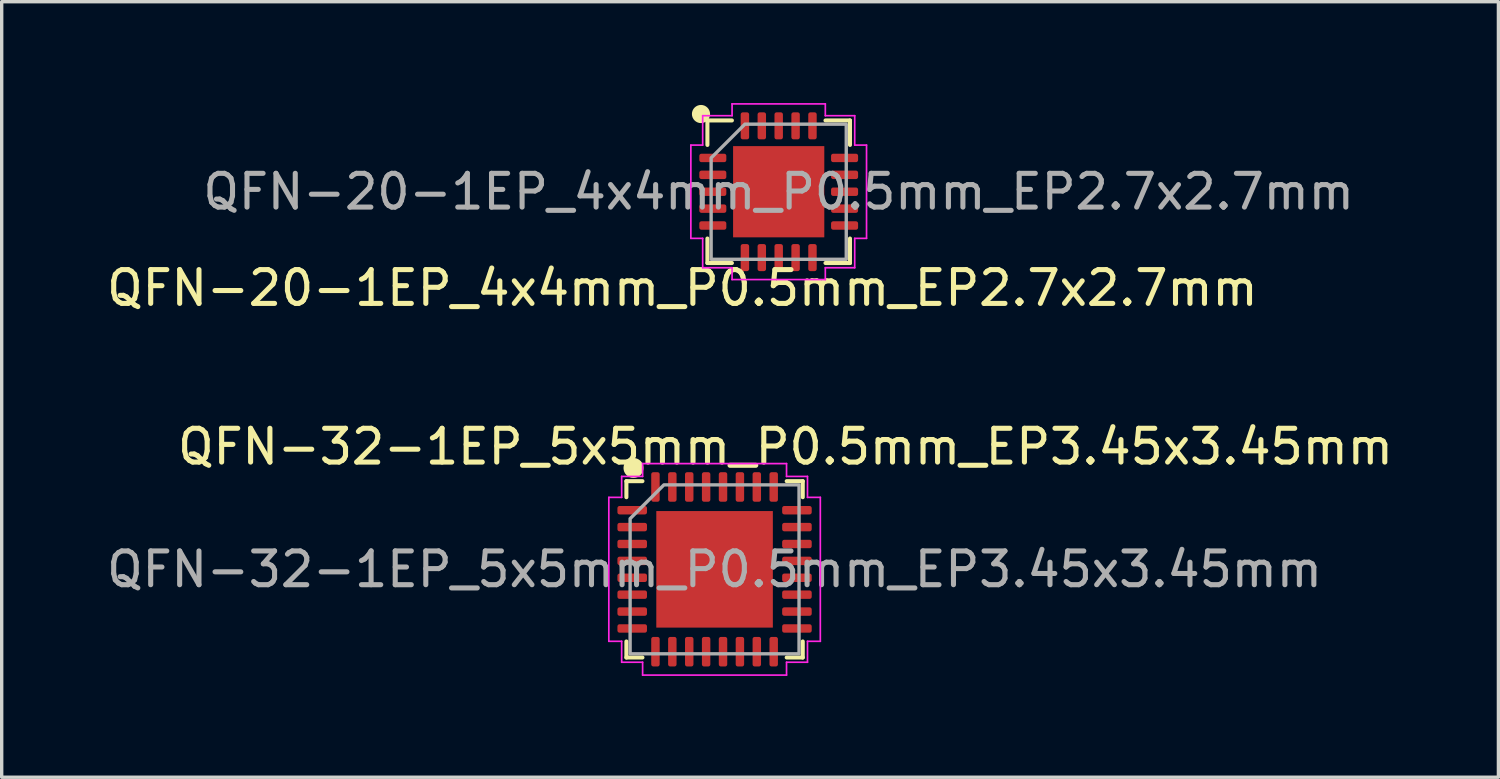
<source format=kicad_pcb>
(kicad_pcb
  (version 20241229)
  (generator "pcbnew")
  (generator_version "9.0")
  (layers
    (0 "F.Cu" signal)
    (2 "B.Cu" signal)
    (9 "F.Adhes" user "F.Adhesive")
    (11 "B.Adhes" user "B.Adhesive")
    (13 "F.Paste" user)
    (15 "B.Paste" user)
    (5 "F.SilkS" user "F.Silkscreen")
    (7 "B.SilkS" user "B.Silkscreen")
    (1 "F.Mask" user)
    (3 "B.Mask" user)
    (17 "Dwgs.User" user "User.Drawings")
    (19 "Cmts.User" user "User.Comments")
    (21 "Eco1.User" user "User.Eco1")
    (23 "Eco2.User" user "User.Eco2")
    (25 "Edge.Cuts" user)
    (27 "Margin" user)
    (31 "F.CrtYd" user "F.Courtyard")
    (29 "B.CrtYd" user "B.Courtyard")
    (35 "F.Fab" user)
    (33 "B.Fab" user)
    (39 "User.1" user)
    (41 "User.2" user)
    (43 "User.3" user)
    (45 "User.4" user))
  (footprint "QFN-20-1EP_4x4mm_P0.5mm_EP2.7x2.7mm"
    (layer "F.Cu")
    (at 19.999 2.625)
    (property "Reference" "QFN-20-1EP_4x4mm_P0.5mm_EP2.7x2.7mm" (at -2.85 2.85 0) (layer "F.SilkS") (effects (font (size 1 1) (thickness 0.15))))
    (attr smd)
    (fp_line (start -2.11 -2.11) (end -1.385 -2.11) (stroke (width 0.12) (type solid)) (layer "F.SilkS"))
    (fp_line (start -2.11 -1.385) (end -2.11 -2.11) (stroke (width 0.12) (type solid)) (layer "F.SilkS"))
    (fp_line (start -2.11 2.11) (end -2.11 1.385) (stroke (width 0.12) (type solid)) (layer "F.SilkS"))
    (fp_line (start -1.385 2.11) (end -2.11 2.11) (stroke (width 0.12) (type solid)) (layer "F.SilkS"))
    (fp_line (start 1.385 -2.11) (end 2.11 -2.11) (stroke (width 0.12) (type solid)) (layer "F.SilkS"))
    (fp_line (start 2.11 -2.11) (end 2.11 -1.385) (stroke (width 0.12) (type solid)) (layer "F.SilkS"))
    (fp_line (start 2.11 1.385) (end 2.11 2.11) (stroke (width 0.12) (type solid)) (layer "F.SilkS"))
    (fp_line (start 2.11 2.11) (end 1.385 2.11) (stroke (width 0.12) (type solid)) (layer "F.SilkS"))
    (fp_circle (center -2.3 -2.3) (end -2.11 -2.11) (stroke (width 0) (type default)) (fill yes) (layer "F.SilkS"))
    (fp_line (start -2.6 -1.38) (end -2.25 -1.38) (stroke (width 0.05) (type solid)) (layer "F.CrtYd"))
    (fp_line (start -2.6 1.38) (end -2.6 -1.38) (stroke (width 0.05) (type solid)) (layer "F.CrtYd"))
    (fp_line (start -2.25 -2.25) (end -1.38 -2.25) (stroke (width 0.05) (type solid)) (layer "F.CrtYd"))
    (fp_line (start -2.25 -1.38) (end -2.25 -2.25) (stroke (width 0.05) (type solid)) (layer "F.CrtYd"))
    (fp_line (start -2.25 1.38) (end -2.6 1.38) (stroke (width 0.05) (type solid)) (layer "F.CrtYd"))
    (fp_line (start -2.25 2.25) (end -2.25 1.38) (stroke (width 0.05) (type solid)) (layer "F.CrtYd"))
    (fp_line (start -1.38 -2.6) (end 1.38 -2.6) (stroke (width 0.05) (type solid)) (layer "F.CrtYd"))
    (fp_line (start -1.38 -2.25) (end -1.38 -2.6) (stroke (width 0.05) (type solid)) (layer "F.CrtYd"))
    (fp_line (start -1.38 2.25) (end -2.25 2.25) (stroke (width 0.05) (type solid)) (layer "F.CrtYd"))
    (fp_line (start -1.38 2.6) (end -1.38 2.25) (stroke (width 0.05) (type solid)) (layer "F.CrtYd"))
    (fp_line (start 1.38 -2.6) (end 1.38 -2.25) (stroke (width 0.05) (type solid)) (layer "F.CrtYd"))
    (fp_line (start 1.38 -2.25) (end 2.25 -2.25) (stroke (width 0.05) (type solid)) (layer "F.CrtYd"))
    (fp_line (start 1.38 2.25) (end 1.38 2.6) (stroke (width 0.05) (type solid)) (layer "F.CrtYd"))
    (fp_line (start 1.38 2.6) (end -1.38 2.6) (stroke (width 0.05) (type solid)) (layer "F.CrtYd"))
    (fp_line (start 2.25 -2.25) (end 2.25 -1.38) (stroke (width 0.05) (type solid)) (layer "F.CrtYd"))
    (fp_line (start 2.25 -1.38) (end 2.6 -1.38) (stroke (width 0.05) (type solid)) (layer "F.CrtYd"))
    (fp_line (start 2.25 1.38) (end 2.25 2.25) (stroke (width 0.05) (type solid)) (layer "F.CrtYd"))
    (fp_line (start 2.25 2.25) (end 1.38 2.25) (stroke (width 0.05) (type solid)) (layer "F.CrtYd"))
    (fp_line (start 2.6 -1.38) (end 2.6 1.38) (stroke (width 0.05) (type solid)) (layer "F.CrtYd"))
    (fp_line (start 2.6 1.38) (end 2.25 1.38) (stroke (width 0.05) (type solid)) (layer "F.CrtYd"))
    (fp_poly (pts (xy -2 -1) (xy -2 2) (xy 2 2) (xy 2 -2) (xy -1 -2)) (stroke (width 0.1) (type solid)) (fill no) (layer "F.Fab"))
    (fp_text user "${REFERENCE}" (at 0 0 0) (layer "F.Fab") (effects (font (size 1 1) (thickness 0.15))))
    (pad "" smd roundrect (at -0.675 -0.675) (size 1.09 1.09) (layers "F.Paste") (roundrect_rratio 0.229))
    (pad "" smd roundrect (at -0.675 0.675) (size 1.09 1.09) (layers "F.Paste") (roundrect_rratio 0.229))
    (pad "" smd roundrect (at 0.675 -0.675) (size 1.09 1.09) (layers "F.Paste") (roundrect_rratio 0.229))
    (pad "" smd roundrect (at 0.675 0.675) (size 1.09 1.09) (layers "F.Paste") (roundrect_rratio 0.229))
    (pad "1" smd roundrect (at -1.95 -1) (size 0.8 0.25) (layers "F.Cu" "F.Mask" "F.Paste") (roundrect_rratio 0.25))
    (pad "2" smd roundrect (at -1.95 -0.5) (size 0.8 0.25) (layers "F.Cu" "F.Mask" "F.Paste") (roundrect_rratio 0.25))
    (pad "3" smd roundrect (at -1.95 0) (size 0.8 0.25) (layers "F.Cu" "F.Mask" "F.Paste") (roundrect_rratio 0.25))
    (pad "4" smd roundrect (at -1.95 0.5) (size 0.8 0.25) (layers "F.Cu" "F.Mask" "F.Paste") (roundrect_rratio 0.25))
    (pad "5" smd roundrect (at -1.95 1) (size 0.8 0.25) (layers "F.Cu" "F.Mask" "F.Paste") (roundrect_rratio 0.25))
    (pad "6" smd roundrect (at -1 1.95) (size 0.25 0.8) (layers "F.Cu" "F.Mask" "F.Paste") (roundrect_rratio 0.25))
    (pad "7" smd roundrect (at -0.5 1.95) (size 0.25 0.8) (layers "F.Cu" "F.Mask" "F.Paste") (roundrect_rratio 0.25))
    (pad "8" smd roundrect (at 0 1.95) (size 0.25 0.8) (layers "F.Cu" "F.Mask" "F.Paste") (roundrect_rratio 0.25))
    (pad "9" smd roundrect (at 0.5 1.95) (size 0.25 0.8) (layers "F.Cu" "F.Mask" "F.Paste") (roundrect_rratio 0.25))
    (pad "10" smd roundrect (at 1 1.95) (size 0.25 0.8) (layers "F.Cu" "F.Mask" "F.Paste") (roundrect_rratio 0.25))
    (pad "11" smd roundrect (at 1.95 1) (size 0.8 0.25) (layers "F.Cu" "F.Mask" "F.Paste") (roundrect_rratio 0.25))
    (pad "12" smd roundrect (at 1.95 0.5) (size 0.8 0.25) (layers "F.Cu" "F.Mask" "F.Paste") (roundrect_rratio 0.25))
    (pad "13" smd roundrect (at 1.95 0) (size 0.8 0.25) (layers "F.Cu" "F.Mask" "F.Paste") (roundrect_rratio 0.25))
    (pad "14" smd roundrect (at 1.95 -0.5) (size 0.8 0.25) (layers "F.Cu" "F.Mask" "F.Paste") (roundrect_rratio 0.25))
    (pad "15" smd roundrect (at 1.95 -1) (size 0.8 0.25) (layers "F.Cu" "F.Mask" "F.Paste") (roundrect_rratio 0.25))
    (pad "16" smd roundrect (at 1 -1.95) (size 0.25 0.8) (layers "F.Cu" "F.Mask" "F.Paste") (roundrect_rratio 0.25))
    (pad "17" smd roundrect (at 0.5 -1.95) (size 0.25 0.8) (layers "F.Cu" "F.Mask" "F.Paste") (roundrect_rratio 0.25))
    (pad "18" smd roundrect (at 0 -1.95) (size 0.25 0.8) (layers "F.Cu" "F.Mask" "F.Paste") (roundrect_rratio 0.25))
    (pad "19" smd roundrect (at -0.5 -1.95) (size 0.25 0.8) (layers "F.Cu" "F.Mask" "F.Paste") (roundrect_rratio 0.25))
    (pad "20" smd roundrect (at -1 -1.95) (size 0.25 0.8) (layers "F.Cu" "F.Mask" "F.Paste") (roundrect_rratio 0.25))
    (pad "21" smd rect (at 0 0) (size 2.7 2.7) (property pad_prop_heatsink) (layers "F.Cu" "F.Mask")))
  (footprint "QFN-32-1EP_5x5mm_P0.5mm_EP3.45x3.45mm"
    (layer "F.Cu")
    (at 18.101 13.802)
    (property "Reference" "QFN-32-1EP_5x5mm_P0.5mm_EP3.45x3.45mm" (at 2.1 -3.63 180) (layer "F.SilkS") (effects (font (size 1 1) (thickness 0.15))))
    (attr smd)
    (fp_line (start -2.61 -2.61) (end -2.135 -2.61) (stroke (width 0.12) (type solid)) (layer "F.SilkS"))
    (fp_line (start -2.61 -2.135) (end -2.61 -2.61) (stroke (width 0.12) (type solid)) (layer "F.SilkS"))
    (fp_line (start -2.61 2.61) (end -2.61 2.135) (stroke (width 0.12) (type solid)) (layer "F.SilkS"))
    (fp_line (start -2.135 2.61) (end -2.61 2.61) (stroke (width 0.12) (type solid)) (layer "F.SilkS"))
    (fp_line (start 2.135 -2.61) (end 2.61 -2.61) (stroke (width 0.12) (type solid)) (layer "F.SilkS"))
    (fp_line (start 2.61 -2.61) (end 2.61 -2.135) (stroke (width 0.12) (type solid)) (layer "F.SilkS"))
    (fp_line (start 2.61 2.135) (end 2.61 2.61) (stroke (width 0.12) (type solid)) (layer "F.SilkS"))
    (fp_line (start 2.61 2.61) (end 2.135 2.61) (stroke (width 0.12) (type solid)) (layer "F.SilkS"))
    (fp_circle (center -2.4 -3) (end -2.261 -2.739) (stroke (width 0) (type default)) (fill yes) (layer "F.SilkS"))
    (fp_line (start -3.13 -2.13) (end -2.75 -2.13) (stroke (width 0.05) (type solid)) (layer "F.CrtYd"))
    (fp_line (start -3.13 2.13) (end -3.13 -2.13) (stroke (width 0.05) (type solid)) (layer "F.CrtYd"))
    (fp_line (start -2.75 -2.75) (end -2.13 -2.75) (stroke (width 0.05) (type solid)) (layer "F.CrtYd"))
    (fp_line (start -2.75 -2.13) (end -2.75 -2.75) (stroke (width 0.05) (type solid)) (layer "F.CrtYd"))
    (fp_line (start -2.75 2.13) (end -3.13 2.13) (stroke (width 0.05) (type solid)) (layer "F.CrtYd"))
    (fp_line (start -2.75 2.75) (end -2.75 2.13) (stroke (width 0.05) (type solid)) (layer "F.CrtYd"))
    (fp_line (start -2.13 -3.13) (end 2.13 -3.13) (stroke (width 0.05) (type solid)) (layer "F.CrtYd"))
    (fp_line (start -2.13 -2.75) (end -2.13 -3.13) (stroke (width 0.05) (type solid)) (layer "F.CrtYd"))
    (fp_line (start -2.13 2.75) (end -2.75 2.75) (stroke (width 0.05) (type solid)) (layer "F.CrtYd"))
    (fp_line (start -2.13 3.13) (end -2.13 2.75) (stroke (width 0.05) (type solid)) (layer "F.CrtYd"))
    (fp_line (start 2.13 -3.13) (end 2.13 -2.75) (stroke (width 0.05) (type solid)) (layer "F.CrtYd"))
    (fp_line (start 2.13 -2.75) (end 2.75 -2.75) (stroke (width 0.05) (type solid)) (layer "F.CrtYd"))
    (fp_line (start 2.13 2.75) (end 2.13 3.13) (stroke (width 0.05) (type solid)) (layer "F.CrtYd"))
    (fp_line (start 2.13 3.13) (end -2.13 3.13) (stroke (width 0.05) (type solid)) (layer "F.CrtYd"))
    (fp_line (start 2.75 -2.75) (end 2.75 -2.13) (stroke (width 0.05) (type solid)) (layer "F.CrtYd"))
    (fp_line (start 2.75 -2.13) (end 3.13 -2.13) (stroke (width 0.05) (type solid)) (layer "F.CrtYd"))
    (fp_line (start 2.75 2.13) (end 2.75 2.75) (stroke (width 0.05) (type solid)) (layer "F.CrtYd"))
    (fp_line (start 2.75 2.75) (end 2.13 2.75) (stroke (width 0.05) (type solid)) (layer "F.CrtYd"))
    (fp_line (start 3.13 -2.13) (end 3.13 2.13) (stroke (width 0.05) (type solid)) (layer "F.CrtYd"))
    (fp_line (start 3.13 2.13) (end 2.75 2.13) (stroke (width 0.05) (type solid)) (layer "F.CrtYd"))
    (fp_poly (pts (xy -2.5 -1.5) (xy -2.5 2.5) (xy 2.5 2.5) (xy 2.5 -2.5) (xy -1.5 -2.5)) (stroke (width 0.1) (type solid)) (fill no) (layer "F.Fab"))
    (fp_text user "${REFERENCE}" (at 0 0 180) (layer "F.Fab") (effects (font (size 1 1) (thickness 0.15))))
    (pad "" smd roundrect (at -1.15 -1.15) (size 0.93 0.93) (layers "F.Paste") (roundrect_rratio 0.25))
    (pad "" smd roundrect (at -1.15 0) (size 0.93 0.93) (layers "F.Paste") (roundrect_rratio 0.25))
    (pad "" smd roundrect (at -1.15 1.15) (size 0.93 0.93) (layers "F.Paste") (roundrect_rratio 0.25))
    (pad "" smd roundrect (at 0 -1.15) (size 0.93 0.93) (layers "F.Paste") (roundrect_rratio 0.25))
    (pad "" smd roundrect (at 0 0) (size 0.93 0.93) (layers "F.Paste") (roundrect_rratio 0.25))
    (pad "" smd roundrect (at 0 1.15) (size 0.93 0.93) (layers "F.Paste") (roundrect_rratio 0.25))
    (pad "" smd roundrect (at 1.15 -1.15) (size 0.93 0.93) (layers "F.Paste") (roundrect_rratio 0.25))
    (pad "" smd roundrect (at 1.15 0) (size 0.93 0.93) (layers "F.Paste") (roundrect_rratio 0.25))
    (pad "" smd roundrect (at 1.15 1.15) (size 0.93 0.93) (layers "F.Paste") (roundrect_rratio 0.25))
    (pad "1" smd roundrect (at -2.438 -1.75) (size 0.875 0.25) (layers "F.Cu" "F.Mask" "F.Paste") (roundrect_rratio 0.25))
    (pad "2" smd roundrect (at -2.438 -1.25) (size 0.875 0.25) (layers "F.Cu" "F.Mask" "F.Paste") (roundrect_rratio 0.25))
    (pad "3" smd roundrect (at -2.438 -0.75) (size 0.875 0.25) (layers "F.Cu" "F.Mask" "F.Paste") (roundrect_rratio 0.25))
    (pad "4" smd roundrect (at -2.438 -0.25) (size 0.875 0.25) (layers "F.Cu" "F.Mask" "F.Paste") (roundrect_rratio 0.25))
    (pad "5" smd roundrect (at -2.438 0.25) (size 0.875 0.25) (layers "F.Cu" "F.Mask" "F.Paste") (roundrect_rratio 0.25))
    (pad "6" smd roundrect (at -2.438 0.75) (size 0.875 0.25) (layers "F.Cu" "F.Mask" "F.Paste") (roundrect_rratio 0.25))
    (pad "7" smd roundrect (at -2.438 1.25) (size 0.875 0.25) (layers "F.Cu" "F.Mask" "F.Paste") (roundrect_rratio 0.25))
    (pad "8" smd roundrect (at -2.438 1.75) (size 0.875 0.25) (layers "F.Cu" "F.Mask" "F.Paste") (roundrect_rratio 0.25))
    (pad "9" smd roundrect (at -1.75 2.438) (size 0.25 0.875) (layers "F.Cu" "F.Mask" "F.Paste") (roundrect_rratio 0.25))
    (pad "10" smd roundrect (at -1.25 2.438) (size 0.25 0.875) (layers "F.Cu" "F.Mask" "F.Paste") (roundrect_rratio 0.25))
    (pad "11" smd roundrect (at -0.75 2.438) (size 0.25 0.875) (layers "F.Cu" "F.Mask" "F.Paste") (roundrect_rratio 0.25))
    (pad "12" smd roundrect (at -0.25 2.438) (size 0.25 0.875) (layers "F.Cu" "F.Mask" "F.Paste") (roundrect_rratio 0.25))
    (pad "13" smd roundrect (at 0.25 2.438) (size 0.25 0.875) (layers "F.Cu" "F.Mask" "F.Paste") (roundrect_rratio 0.25))
    (pad "14" smd roundrect (at 0.75 2.438) (size 0.25 0.875) (layers "F.Cu" "F.Mask" "F.Paste") (roundrect_rratio 0.25))
    (pad "15" smd roundrect (at 1.25 2.438) (size 0.25 0.875) (layers "F.Cu" "F.Mask" "F.Paste") (roundrect_rratio 0.25))
    (pad "16" smd roundrect (at 1.75 2.438) (size 0.25 0.875) (layers "F.Cu" "F.Mask" "F.Paste") (roundrect_rratio 0.25))
    (pad "17" smd roundrect (at 2.438 1.75) (size 0.875 0.25) (layers "F.Cu" "F.Mask" "F.Paste") (roundrect_rratio 0.25))
    (pad "18" smd roundrect (at 2.438 1.25) (size 0.875 0.25) (layers "F.Cu" "F.Mask" "F.Paste") (roundrect_rratio 0.25))
    (pad "19" smd roundrect (at 2.438 0.75) (size 0.875 0.25) (layers "F.Cu" "F.Mask" "F.Paste") (roundrect_rratio 0.25))
    (pad "20" smd roundrect (at 2.438 0.25) (size 0.875 0.25) (layers "F.Cu" "F.Mask" "F.Paste") (roundrect_rratio 0.25))
    (pad "21" smd roundrect (at 2.438 -0.25) (size 0.875 0.25) (layers "F.Cu" "F.Mask" "F.Paste") (roundrect_rratio 0.25))
    (pad "22" smd roundrect (at 2.438 -0.75) (size 0.875 0.25) (layers "F.Cu" "F.Mask" "F.Paste") (roundrect_rratio 0.25))
    (pad "23" smd roundrect (at 2.438 -1.25) (size 0.875 0.25) (layers "F.Cu" "F.Mask" "F.Paste") (roundrect_rratio 0.25))
    (pad "24" smd roundrect (at 2.438 -1.75) (size 0.875 0.25) (layers "F.Cu" "F.Mask" "F.Paste") (roundrect_rratio 0.25))
    (pad "25" smd roundrect (at 1.75 -2.438) (size 0.25 0.875) (layers "F.Cu" "F.Mask" "F.Paste") (roundrect_rratio 0.25))
    (pad "26" smd roundrect (at 1.25 -2.438) (size 0.25 0.875) (layers "F.Cu" "F.Mask" "F.Paste") (roundrect_rratio 0.25))
    (pad "27" smd roundrect (at 0.75 -2.438) (size 0.25 0.875) (layers "F.Cu" "F.Mask" "F.Paste") (roundrect_rratio 0.25))
    (pad "28" smd roundrect (at 0.25 -2.438) (size 0.25 0.875) (layers "F.Cu" "F.Mask" "F.Paste") (roundrect_rratio 0.25))
    (pad "29" smd roundrect (at -0.25 -2.438) (size 0.25 0.875) (layers "F.Cu" "F.Mask" "F.Paste") (roundrect_rratio 0.25))
    (pad "30" smd roundrect (at -0.75 -2.438) (size 0.25 0.875) (layers "F.Cu" "F.Mask" "F.Paste") (roundrect_rratio 0.25))
    (pad "31" smd roundrect (at -1.25 -2.438) (size 0.25 0.875) (layers "F.Cu" "F.Mask" "F.Paste") (roundrect_rratio 0.25))
    (pad "32" smd roundrect (at -1.75 -2.438) (size 0.25 0.875) (layers "F.Cu" "F.Mask" "F.Paste") (roundrect_rratio 0.25))
    (pad "33" smd rect (at 0 0) (size 3.45 3.45) (property pad_prop_heatsink) (layers "F.Cu" "F.Mask")))
  (gr_rect
    (start -3 -3)
    (end 41.302 19.956)
    (stroke (width 0.1) (type default))
    (fill no)
    (layer "Edge.Cuts")))
</source>
